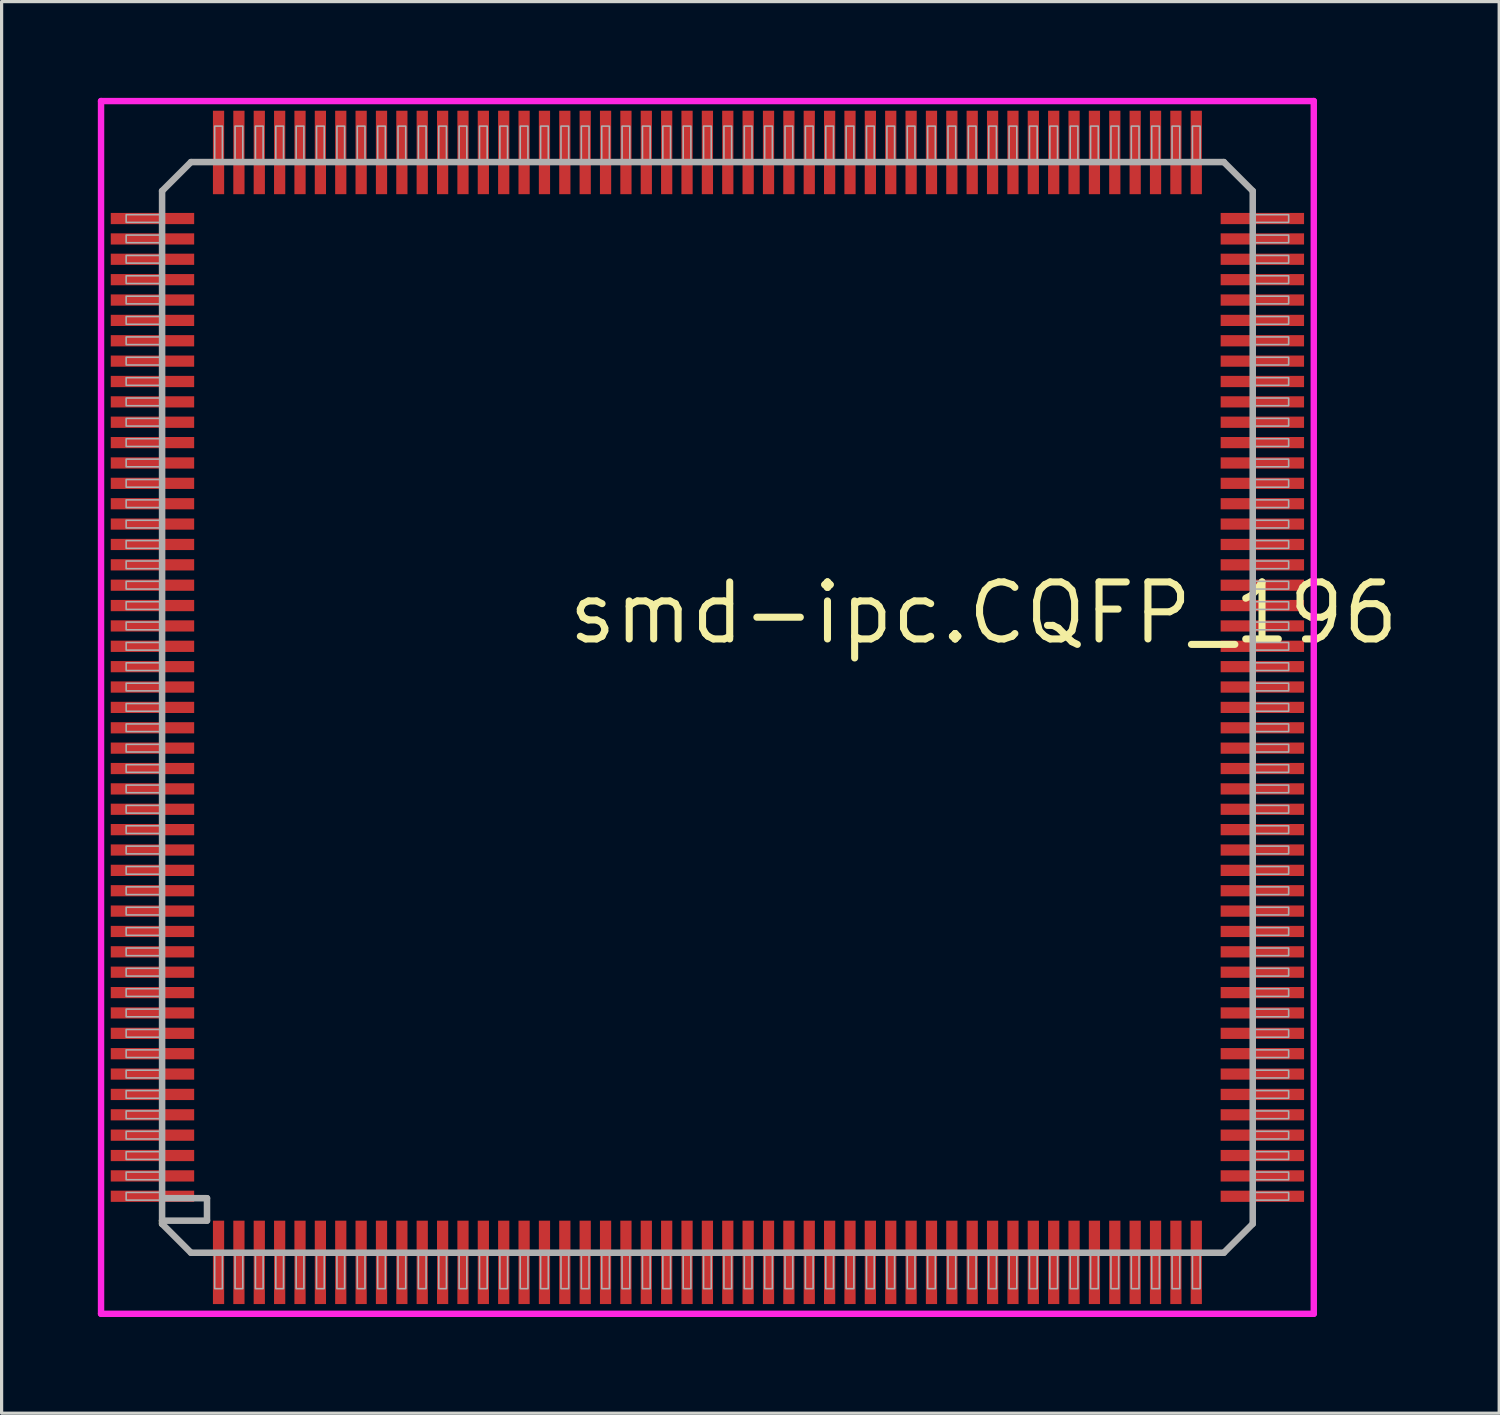
<source format=kicad_pcb>
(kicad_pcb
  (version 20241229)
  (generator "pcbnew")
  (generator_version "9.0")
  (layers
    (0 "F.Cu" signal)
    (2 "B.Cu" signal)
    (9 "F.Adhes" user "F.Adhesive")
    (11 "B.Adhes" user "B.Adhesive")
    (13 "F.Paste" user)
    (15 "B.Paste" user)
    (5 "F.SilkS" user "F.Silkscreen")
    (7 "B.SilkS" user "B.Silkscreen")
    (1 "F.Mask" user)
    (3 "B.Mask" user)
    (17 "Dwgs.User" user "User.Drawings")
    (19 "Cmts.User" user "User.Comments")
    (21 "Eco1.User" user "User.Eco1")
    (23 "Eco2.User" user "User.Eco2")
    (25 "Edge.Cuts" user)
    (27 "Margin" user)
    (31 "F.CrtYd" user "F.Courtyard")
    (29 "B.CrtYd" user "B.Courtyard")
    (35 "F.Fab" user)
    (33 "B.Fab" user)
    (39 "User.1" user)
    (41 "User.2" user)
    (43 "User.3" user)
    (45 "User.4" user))
  (footprint "smd-ipc.CQFP_196"
    (layer "F.Cu")
    (at 19.003 19.003)
    (property "Reference" "smd-ipc.CQFP_196" (at -4.445 -1.905 0) (layer "F.SilkS") (effects (font (size 1.778 1.778) (thickness 0.22)) (justify left bottom)))
    (attr smd)
    (fp_line (start -17 16) (end -17 16.1) (stroke (width 0.203) (type default)) (layer "F.SilkS"))
    (fp_line (start -18.903 -18.903) (end 18.903 -18.903) (stroke (width 0.2) (type default)) (layer "F.CrtYd"))
    (fp_line (start -18.903 18.903) (end -18.903 -18.903) (stroke (width 0.2) (type default)) (layer "F.CrtYd"))
    (fp_line (start 18.903 -18.903) (end 18.903 18.903) (stroke (width 0.2) (type default)) (layer "F.CrtYd"))
    (fp_line (start 18.903 18.903) (end -18.903 18.903) (stroke (width 0.2) (type default)) (layer "F.CrtYd"))
    (fp_line (start -17 -16.1) (end -17 16) (stroke (width 0.203) (type default)) (layer "F.Fab"))
    (fp_line (start -17 -16.1) (end -16.1 -17) (stroke (width 0.203) (type default)) (layer "F.Fab"))
    (fp_line (start -17 16) (end -15.6 16) (stroke (width 0.203) (type default)) (layer "F.Fab"))
    (fp_line (start -17 16.1) (end -16.1 17) (stroke (width 0.203) (type default)) (layer "F.Fab"))
    (fp_line (start -16.1 17) (end 16.1 17) (stroke (width 0.203) (type default)) (layer "F.Fab"))
    (fp_line (start -15.6 15.3) (end -16.9 15.3) (stroke (width 0.203) (type default)) (layer "F.Fab"))
    (fp_line (start -15.6 16) (end -15.6 15.3) (stroke (width 0.203) (type default)) (layer "F.Fab"))
    (fp_line (start 16.1 -17) (end -16.1 -17) (stroke (width 0.203) (type default)) (layer "F.Fab"))
    (fp_line (start 16.1 -17) (end 17 -16.1) (stroke (width 0.203) (type default)) (layer "F.Fab"))
    (fp_line (start 16.1 17) (end 17 16.1) (stroke (width 0.203) (type default)) (layer "F.Fab"))
    (fp_line (start 17 16.1) (end 17 -16.1) (stroke (width 0.203) (type default)) (layer "F.Fab"))
    (fp_rect (start -18.12 -15.12) (end -17 -15.36) (stroke (width 0.05) (type default)) (fill no) (layer "F.Fab"))
    (fp_rect (start -18.12 -14.485) (end -17 -14.725) (stroke (width 0.05) (type default)) (fill no) (layer "F.Fab"))
    (fp_rect (start -18.12 -13.85) (end -17 -14.09) (stroke (width 0.05) (type default)) (fill no) (layer "F.Fab"))
    (fp_rect (start -18.12 -13.215) (end -17 -13.455) (stroke (width 0.05) (type default)) (fill no) (layer "F.Fab"))
    (fp_rect (start -18.12 -12.58) (end -17 -12.82) (stroke (width 0.05) (type default)) (fill no) (layer "F.Fab"))
    (fp_rect (start -18.12 -11.945) (end -17 -12.185) (stroke (width 0.05) (type default)) (fill no) (layer "F.Fab"))
    (fp_rect (start -18.12 -11.31) (end -17 -11.55) (stroke (width 0.05) (type default)) (fill no) (layer "F.Fab"))
    (fp_rect (start -18.12 -10.675) (end -17 -10.915) (stroke (width 0.05) (type default)) (fill no) (layer "F.Fab"))
    (fp_rect (start -18.12 -10.04) (end -17 -10.28) (stroke (width 0.05) (type default)) (fill no) (layer "F.Fab"))
    (fp_rect (start -18.12 -9.405) (end -17 -9.645) (stroke (width 0.05) (type default)) (fill no) (layer "F.Fab"))
    (fp_rect (start -18.12 -8.77) (end -17 -9.01) (stroke (width 0.05) (type default)) (fill no) (layer "F.Fab"))
    (fp_rect (start -18.12 -8.135) (end -17 -8.375) (stroke (width 0.05) (type default)) (fill no) (layer "F.Fab"))
    (fp_rect (start -18.12 -7.5) (end -17 -7.74) (stroke (width 0.05) (type default)) (fill no) (layer "F.Fab"))
    (fp_rect (start -18.12 -6.865) (end -17 -7.105) (stroke (width 0.05) (type default)) (fill no) (layer "F.Fab"))
    (fp_rect (start -18.12 -6.23) (end -17 -6.47) (stroke (width 0.05) (type default)) (fill no) (layer "F.Fab"))
    (fp_rect (start -18.12 -5.595) (end -17 -5.835) (stroke (width 0.05) (type default)) (fill no) (layer "F.Fab"))
    (fp_rect (start -18.12 -4.96) (end -17 -5.2) (stroke (width 0.05) (type default)) (fill no) (layer "F.Fab"))
    (fp_rect (start -18.12 -4.325) (end -17 -4.565) (stroke (width 0.05) (type default)) (fill no) (layer "F.Fab"))
    (fp_rect (start -18.12 -3.69) (end -17 -3.93) (stroke (width 0.05) (type default)) (fill no) (layer "F.Fab"))
    (fp_rect (start -18.12 -3.055) (end -17 -3.295) (stroke (width 0.05) (type default)) (fill no) (layer "F.Fab"))
    (fp_rect (start -18.12 -2.42) (end -17 -2.66) (stroke (width 0.05) (type default)) (fill no) (layer "F.Fab"))
    (fp_rect (start -18.12 -1.785) (end -17 -2.025) (stroke (width 0.05) (type default)) (fill no) (layer "F.Fab"))
    (fp_rect (start -18.12 -1.15) (end -17 -1.39) (stroke (width 0.05) (type default)) (fill no) (layer "F.Fab"))
    (fp_rect (start -18.12 -0.515) (end -17 -0.755) (stroke (width 0.05) (type default)) (fill no) (layer "F.Fab"))
    (fp_rect (start -18.12 0.12) (end -17 -0.12) (stroke (width 0.05) (type default)) (fill no) (layer "F.Fab"))
    (fp_rect (start -18.12 0.755) (end -17 0.515) (stroke (width 0.05) (type default)) (fill no) (layer "F.Fab"))
    (fp_rect (start -18.12 1.39) (end -17 1.15) (stroke (width 0.05) (type default)) (fill no) (layer "F.Fab"))
    (fp_rect (start -18.12 2.025) (end -17 1.785) (stroke (width 0.05) (type default)) (fill no) (layer "F.Fab"))
    (fp_rect (start -18.12 2.66) (end -17 2.42) (stroke (width 0.05) (type default)) (fill no) (layer "F.Fab"))
    (fp_rect (start -18.12 3.295) (end -17 3.055) (stroke (width 0.05) (type default)) (fill no) (layer "F.Fab"))
    (fp_rect (start -18.12 3.93) (end -17 3.69) (stroke (width 0.05) (type default)) (fill no) (layer "F.Fab"))
    (fp_rect (start -18.12 4.565) (end -17 4.325) (stroke (width 0.05) (type default)) (fill no) (layer "F.Fab"))
    (fp_rect (start -18.12 5.2) (end -17 4.96) (stroke (width 0.05) (type default)) (fill no) (layer "F.Fab"))
    (fp_rect (start -18.12 5.835) (end -17 5.595) (stroke (width 0.05) (type default)) (fill no) (layer "F.Fab"))
    (fp_rect (start -18.12 6.47) (end -17 6.23) (stroke (width 0.05) (type default)) (fill no) (layer "F.Fab"))
    (fp_rect (start -18.12 7.105) (end -17 6.865) (stroke (width 0.05) (type default)) (fill no) (layer "F.Fab"))
    (fp_rect (start -18.12 7.74) (end -17 7.5) (stroke (width 0.05) (type default)) (fill no) (layer "F.Fab"))
    (fp_rect (start -18.12 8.375) (end -17 8.135) (stroke (width 0.05) (type default)) (fill no) (layer "F.Fab"))
    (fp_rect (start -18.12 9.01) (end -17 8.77) (stroke (width 0.05) (type default)) (fill no) (layer "F.Fab"))
    (fp_rect (start -18.12 9.645) (end -17 9.405) (stroke (width 0.05) (type default)) (fill no) (layer "F.Fab"))
    (fp_rect (start -18.12 10.28) (end -17 10.04) (stroke (width 0.05) (type default)) (fill no) (layer "F.Fab"))
    (fp_rect (start -18.12 10.915) (end -17 10.675) (stroke (width 0.05) (type default)) (fill no) (layer "F.Fab"))
    (fp_rect (start -18.12 11.55) (end -17 11.31) (stroke (width 0.05) (type default)) (fill no) (layer "F.Fab"))
    (fp_rect (start -18.12 12.185) (end -17 11.945) (stroke (width 0.05) (type default)) (fill no) (layer "F.Fab"))
    (fp_rect (start -18.12 12.82) (end -17 12.58) (stroke (width 0.05) (type default)) (fill no) (layer "F.Fab"))
    (fp_rect (start -18.12 13.455) (end -17 13.215) (stroke (width 0.05) (type default)) (fill no) (layer "F.Fab"))
    (fp_rect (start -18.12 14.09) (end -17 13.85) (stroke (width 0.05) (type default)) (fill no) (layer "F.Fab"))
    (fp_rect (start -18.12 14.725) (end -17 14.485) (stroke (width 0.05) (type default)) (fill no) (layer "F.Fab"))
    (fp_rect (start -18.12 15.36) (end -17 15.12) (stroke (width 0.05) (type default)) (fill no) (layer "F.Fab"))
    (fp_rect (start -15.36 -17) (end -15.12 -18.12) (stroke (width 0.05) (type default)) (fill no) (layer "F.Fab"))
    (fp_rect (start -15.36 18.12) (end -15.12 17) (stroke (width 0.05) (type default)) (fill no) (layer "F.Fab"))
    (fp_rect (start -14.725 -17) (end -14.485 -18.12) (stroke (width 0.05) (type default)) (fill no) (layer "F.Fab"))
    (fp_rect (start -14.725 18.12) (end -14.485 17) (stroke (width 0.05) (type default)) (fill no) (layer "F.Fab"))
    (fp_rect (start -14.09 -17) (end -13.85 -18.12) (stroke (width 0.05) (type default)) (fill no) (layer "F.Fab"))
    (fp_rect (start -14.09 18.12) (end -13.85 17) (stroke (width 0.05) (type default)) (fill no) (layer "F.Fab"))
    (fp_rect (start -13.455 -17) (end -13.215 -18.12) (stroke (width 0.05) (type default)) (fill no) (layer "F.Fab"))
    (fp_rect (start -13.455 18.12) (end -13.215 17) (stroke (width 0.05) (type default)) (fill no) (layer "F.Fab"))
    (fp_rect (start -12.82 -17) (end -12.58 -18.12) (stroke (width 0.05) (type default)) (fill no) (layer "F.Fab"))
    (fp_rect (start -12.82 18.12) (end -12.58 17) (stroke (width 0.05) (type default)) (fill no) (layer "F.Fab"))
    (fp_rect (start -12.185 -17) (end -11.945 -18.12) (stroke (width 0.05) (type default)) (fill no) (layer "F.Fab"))
    (fp_rect (start -12.185 18.12) (end -11.945 17) (stroke (width 0.05) (type default)) (fill no) (layer "F.Fab"))
    (fp_rect (start -11.55 -17) (end -11.31 -18.12) (stroke (width 0.05) (type default)) (fill no) (layer "F.Fab"))
    (fp_rect (start -11.55 18.12) (end -11.31 17) (stroke (width 0.05) (type default)) (fill no) (layer "F.Fab"))
    (fp_rect (start -10.915 -17) (end -10.675 -18.12) (stroke (width 0.05) (type default)) (fill no) (layer "F.Fab"))
    (fp_rect (start -10.915 18.12) (end -10.675 17) (stroke (width 0.05) (type default)) (fill no) (layer "F.Fab"))
    (fp_rect (start -10.28 -17) (end -10.04 -18.12) (stroke (width 0.05) (type default)) (fill no) (layer "F.Fab"))
    (fp_rect (start -10.28 18.12) (end -10.04 17) (stroke (width 0.05) (type default)) (fill no) (layer "F.Fab"))
    (fp_rect (start -9.645 -17) (end -9.405 -18.12) (stroke (width 0.05) (type default)) (fill no) (layer "F.Fab"))
    (fp_rect (start -9.645 18.12) (end -9.405 17) (stroke (width 0.05) (type default)) (fill no) (layer "F.Fab"))
    (fp_rect (start -9.01 -17) (end -8.77 -18.12) (stroke (width 0.05) (type default)) (fill no) (layer "F.Fab"))
    (fp_rect (start -9.01 18.12) (end -8.77 17) (stroke (width 0.05) (type default)) (fill no) (layer "F.Fab"))
    (fp_rect (start -8.375 -17) (end -8.135 -18.12) (stroke (width 0.05) (type default)) (fill no) (layer "F.Fab"))
    (fp_rect (start -8.375 18.12) (end -8.135 17) (stroke (width 0.05) (type default)) (fill no) (layer "F.Fab"))
    (fp_rect (start -7.74 -17) (end -7.5 -18.12) (stroke (width 0.05) (type default)) (fill no) (layer "F.Fab"))
    (fp_rect (start -7.74 18.12) (end -7.5 17) (stroke (width 0.05) (type default)) (fill no) (layer "F.Fab"))
    (fp_rect (start -7.105 -17) (end -6.865 -18.12) (stroke (width 0.05) (type default)) (fill no) (layer "F.Fab"))
    (fp_rect (start -7.105 18.12) (end -6.865 17) (stroke (width 0.05) (type default)) (fill no) (layer "F.Fab"))
    (fp_rect (start -6.47 -17) (end -6.23 -18.12) (stroke (width 0.05) (type default)) (fill no) (layer "F.Fab"))
    (fp_rect (start -6.47 18.12) (end -6.23 17) (stroke (width 0.05) (type default)) (fill no) (layer "F.Fab"))
    (fp_rect (start -5.835 -17) (end -5.595 -18.12) (stroke (width 0.05) (type default)) (fill no) (layer "F.Fab"))
    (fp_rect (start -5.835 18.12) (end -5.595 17) (stroke (width 0.05) (type default)) (fill no) (layer "F.Fab"))
    (fp_rect (start -5.2 -17) (end -4.96 -18.12) (stroke (width 0.05) (type default)) (fill no) (layer "F.Fab"))
    (fp_rect (start -5.2 18.12) (end -4.96 17) (stroke (width 0.05) (type default)) (fill no) (layer "F.Fab"))
    (fp_rect (start -4.565 -17) (end -4.325 -18.12) (stroke (width 0.05) (type default)) (fill no) (layer "F.Fab"))
    (fp_rect (start -4.565 18.12) (end -4.325 17) (stroke (width 0.05) (type default)) (fill no) (layer "F.Fab"))
    (fp_rect (start -3.93 -17) (end -3.69 -18.12) (stroke (width 0.05) (type default)) (fill no) (layer "F.Fab"))
    (fp_rect (start -3.93 18.12) (end -3.69 17) (stroke (width 0.05) (type default)) (fill no) (layer "F.Fab"))
    (fp_rect (start -3.295 -17) (end -3.055 -18.12) (stroke (width 0.05) (type default)) (fill no) (layer "F.Fab"))
    (fp_rect (start -3.295 18.12) (end -3.055 17) (stroke (width 0.05) (type default)) (fill no) (layer "F.Fab"))
    (fp_rect (start -2.66 -17) (end -2.42 -18.12) (stroke (width 0.05) (type default)) (fill no) (layer "F.Fab"))
    (fp_rect (start -2.66 18.12) (end -2.42 17) (stroke (width 0.05) (type default)) (fill no) (layer "F.Fab"))
    (fp_rect (start -2.025 -17) (end -1.785 -18.12) (stroke (width 0.05) (type default)) (fill no) (layer "F.Fab"))
    (fp_rect (start -2.025 18.12) (end -1.785 17) (stroke (width 0.05) (type default)) (fill no) (layer "F.Fab"))
    (fp_rect (start -1.39 -17) (end -1.15 -18.12) (stroke (width 0.05) (type default)) (fill no) (layer "F.Fab"))
    (fp_rect (start -1.39 18.12) (end -1.15 17) (stroke (width 0.05) (type default)) (fill no) (layer "F.Fab"))
    (fp_rect (start -0.755 -17) (end -0.515 -18.12) (stroke (width 0.05) (type default)) (fill no) (layer "F.Fab"))
    (fp_rect (start -0.755 18.12) (end -0.515 17) (stroke (width 0.05) (type default)) (fill no) (layer "F.Fab"))
    (fp_rect (start -0.12 -17) (end 0.12 -18.12) (stroke (width 0.05) (type default)) (fill no) (layer "F.Fab"))
    (fp_rect (start -0.12 18.12) (end 0.12 17) (stroke (width 0.05) (type default)) (fill no) (layer "F.Fab"))
    (fp_rect (start 0.515 -17) (end 0.755 -18.12) (stroke (width 0.05) (type default)) (fill no) (layer "F.Fab"))
    (fp_rect (start 0.515 18.12) (end 0.755 17) (stroke (width 0.05) (type default)) (fill no) (layer "F.Fab"))
    (fp_rect (start 1.15 -17) (end 1.39 -18.12) (stroke (width 0.05) (type default)) (fill no) (layer "F.Fab"))
    (fp_rect (start 1.15 18.12) (end 1.39 17) (stroke (width 0.05) (type default)) (fill no) (layer "F.Fab"))
    (fp_rect (start 1.785 -17) (end 2.025 -18.12) (stroke (width 0.05) (type default)) (fill no) (layer "F.Fab"))
    (fp_rect (start 1.785 18.12) (end 2.025 17) (stroke (width 0.05) (type default)) (fill no) (layer "F.Fab"))
    (fp_rect (start 2.42 -17) (end 2.66 -18.12) (stroke (width 0.05) (type default)) (fill no) (layer "F.Fab"))
    (fp_rect (start 2.42 18.12) (end 2.66 17) (stroke (width 0.05) (type default)) (fill no) (layer "F.Fab"))
    (fp_rect (start 3.055 -17) (end 3.295 -18.12) (stroke (width 0.05) (type default)) (fill no) (layer "F.Fab"))
    (fp_rect (start 3.055 18.12) (end 3.295 17) (stroke (width 0.05) (type default)) (fill no) (layer "F.Fab"))
    (fp_rect (start 3.69 -17) (end 3.93 -18.12) (stroke (width 0.05) (type default)) (fill no) (layer "F.Fab"))
    (fp_rect (start 3.69 18.12) (end 3.93 17) (stroke (width 0.05) (type default)) (fill no) (layer "F.Fab"))
    (fp_rect (start 4.325 -17) (end 4.565 -18.12) (stroke (width 0.05) (type default)) (fill no) (layer "F.Fab"))
    (fp_rect (start 4.325 18.12) (end 4.565 17) (stroke (width 0.05) (type default)) (fill no) (layer "F.Fab"))
    (fp_rect (start 4.96 -17) (end 5.2 -18.12) (stroke (width 0.05) (type default)) (fill no) (layer "F.Fab"))
    (fp_rect (start 4.96 18.12) (end 5.2 17) (stroke (width 0.05) (type default)) (fill no) (layer "F.Fab"))
    (fp_rect (start 5.595 -17) (end 5.835 -18.12) (stroke (width 0.05) (type default)) (fill no) (layer "F.Fab"))
    (fp_rect (start 5.595 18.12) (end 5.835 17) (stroke (width 0.05) (type default)) (fill no) (layer "F.Fab"))
    (fp_rect (start 6.23 -17) (end 6.47 -18.12) (stroke (width 0.05) (type default)) (fill no) (layer "F.Fab"))
    (fp_rect (start 6.23 18.12) (end 6.47 17) (stroke (width 0.05) (type default)) (fill no) (layer "F.Fab"))
    (fp_rect (start 6.865 -17) (end 7.105 -18.12) (stroke (width 0.05) (type default)) (fill no) (layer "F.Fab"))
    (fp_rect (start 6.865 18.12) (end 7.105 17) (stroke (width 0.05) (type default)) (fill no) (layer "F.Fab"))
    (fp_rect (start 7.5 -17) (end 7.74 -18.12) (stroke (width 0.05) (type default)) (fill no) (layer "F.Fab"))
    (fp_rect (start 7.5 18.12) (end 7.74 17) (stroke (width 0.05) (type default)) (fill no) (layer "F.Fab"))
    (fp_rect (start 8.135 -17) (end 8.375 -18.12) (stroke (width 0.05) (type default)) (fill no) (layer "F.Fab"))
    (fp_rect (start 8.135 18.12) (end 8.375 17) (stroke (width 0.05) (type default)) (fill no) (layer "F.Fab"))
    (fp_rect (start 8.77 -17) (end 9.01 -18.12) (stroke (width 0.05) (type default)) (fill no) (layer "F.Fab"))
    (fp_rect (start 8.77 18.12) (end 9.01 17) (stroke (width 0.05) (type default)) (fill no) (layer "F.Fab"))
    (fp_rect (start 9.405 -17) (end 9.645 -18.12) (stroke (width 0.05) (type default)) (fill no) (layer "F.Fab"))
    (fp_rect (start 9.405 18.12) (end 9.645 17) (stroke (width 0.05) (type default)) (fill no) (layer "F.Fab"))
    (fp_rect (start 10.04 -17) (end 10.28 -18.12) (stroke (width 0.05) (type default)) (fill no) (layer "F.Fab"))
    (fp_rect (start 10.04 18.12) (end 10.28 17) (stroke (width 0.05) (type default)) (fill no) (layer "F.Fab"))
    (fp_rect (start 10.675 -17) (end 10.915 -18.12) (stroke (width 0.05) (type default)) (fill no) (layer "F.Fab"))
    (fp_rect (start 10.675 18.12) (end 10.915 17) (stroke (width 0.05) (type default)) (fill no) (layer "F.Fab"))
    (fp_rect (start 11.31 -17) (end 11.55 -18.12) (stroke (width 0.05) (type default)) (fill no) (layer "F.Fab"))
    (fp_rect (start 11.31 18.12) (end 11.55 17) (stroke (width 0.05) (type default)) (fill no) (layer "F.Fab"))
    (fp_rect (start 11.945 -17) (end 12.185 -18.12) (stroke (width 0.05) (type default)) (fill no) (layer "F.Fab"))
    (fp_rect (start 11.945 18.12) (end 12.185 17) (stroke (width 0.05) (type default)) (fill no) (layer "F.Fab"))
    (fp_rect (start 12.58 -17) (end 12.82 -18.12) (stroke (width 0.05) (type default)) (fill no) (layer "F.Fab"))
    (fp_rect (start 12.58 18.12) (end 12.82 17) (stroke (width 0.05) (type default)) (fill no) (layer "F.Fab"))
    (fp_rect (start 13.215 -17) (end 13.455 -18.12) (stroke (width 0.05) (type default)) (fill no) (layer "F.Fab"))
    (fp_rect (start 13.215 18.12) (end 13.455 17) (stroke (width 0.05) (type default)) (fill no) (layer "F.Fab"))
    (fp_rect (start 13.85 -17) (end 14.09 -18.12) (stroke (width 0.05) (type default)) (fill no) (layer "F.Fab"))
    (fp_rect (start 13.85 18.12) (end 14.09 17) (stroke (width 0.05) (type default)) (fill no) (layer "F.Fab"))
    (fp_rect (start 14.485 -17) (end 14.725 -18.12) (stroke (width 0.05) (type default)) (fill no) (layer "F.Fab"))
    (fp_rect (start 14.485 18.12) (end 14.725 17) (stroke (width 0.05) (type default)) (fill no) (layer "F.Fab"))
    (fp_rect (start 15.12 -17) (end 15.36 -18.12) (stroke (width 0.05) (type default)) (fill no) (layer "F.Fab"))
    (fp_rect (start 15.12 18.12) (end 15.36 17) (stroke (width 0.05) (type default)) (fill no) (layer "F.Fab"))
    (fp_rect (start 17 -15.12) (end 18.12 -15.36) (stroke (width 0.05) (type default)) (fill no) (layer "F.Fab"))
    (fp_rect (start 17 -14.485) (end 18.12 -14.725) (stroke (width 0.05) (type default)) (fill no) (layer "F.Fab"))
    (fp_rect (start 17 -13.85) (end 18.12 -14.09) (stroke (width 0.05) (type default)) (fill no) (layer "F.Fab"))
    (fp_rect (start 17 -13.215) (end 18.12 -13.455) (stroke (width 0.05) (type default)) (fill no) (layer "F.Fab"))
    (fp_rect (start 17 -12.58) (end 18.12 -12.82) (stroke (width 0.05) (type default)) (fill no) (layer "F.Fab"))
    (fp_rect (start 17 -11.945) (end 18.12 -12.185) (stroke (width 0.05) (type default)) (fill no) (layer "F.Fab"))
    (fp_rect (start 17 -11.31) (end 18.12 -11.55) (stroke (width 0.05) (type default)) (fill no) (layer "F.Fab"))
    (fp_rect (start 17 -10.675) (end 18.12 -10.915) (stroke (width 0.05) (type default)) (fill no) (layer "F.Fab"))
    (fp_rect (start 17 -10.04) (end 18.12 -10.28) (stroke (width 0.05) (type default)) (fill no) (layer "F.Fab"))
    (fp_rect (start 17 -9.405) (end 18.12 -9.645) (stroke (width 0.05) (type default)) (fill no) (layer "F.Fab"))
    (fp_rect (start 17 -8.77) (end 18.12 -9.01) (stroke (width 0.05) (type default)) (fill no) (layer "F.Fab"))
    (fp_rect (start 17 -8.135) (end 18.12 -8.375) (stroke (width 0.05) (type default)) (fill no) (layer "F.Fab"))
    (fp_rect (start 17 -7.5) (end 18.12 -7.74) (stroke (width 0.05) (type default)) (fill no) (layer "F.Fab"))
    (fp_rect (start 17 -6.865) (end 18.12 -7.105) (stroke (width 0.05) (type default)) (fill no) (layer "F.Fab"))
    (fp_rect (start 17 -6.23) (end 18.12 -6.47) (stroke (width 0.05) (type default)) (fill no) (layer "F.Fab"))
    (fp_rect (start 17 -5.595) (end 18.12 -5.835) (stroke (width 0.05) (type default)) (fill no) (layer "F.Fab"))
    (fp_rect (start 17 -4.96) (end 18.12 -5.2) (stroke (width 0.05) (type default)) (fill no) (layer "F.Fab"))
    (fp_rect (start 17 -4.325) (end 18.12 -4.565) (stroke (width 0.05) (type default)) (fill no) (layer "F.Fab"))
    (fp_rect (start 17 -3.69) (end 18.12 -3.93) (stroke (width 0.05) (type default)) (fill no) (layer "F.Fab"))
    (fp_rect (start 17 -3.055) (end 18.12 -3.295) (stroke (width 0.05) (type default)) (fill no) (layer "F.Fab"))
    (fp_rect (start 17 -2.42) (end 18.12 -2.66) (stroke (width 0.05) (type default)) (fill no) (layer "F.Fab"))
    (fp_rect (start 17 -1.785) (end 18.12 -2.025) (stroke (width 0.05) (type default)) (fill no) (layer "F.Fab"))
    (fp_rect (start 17 -1.15) (end 18.12 -1.39) (stroke (width 0.05) (type default)) (fill no) (layer "F.Fab"))
    (fp_rect (start 17 -0.515) (end 18.12 -0.755) (stroke (width 0.05) (type default)) (fill no) (layer "F.Fab"))
    (fp_rect (start 17 0.12) (end 18.12 -0.12) (stroke (width 0.05) (type default)) (fill no) (layer "F.Fab"))
    (fp_rect (start 17 0.755) (end 18.12 0.515) (stroke (width 0.05) (type default)) (fill no) (layer "F.Fab"))
    (fp_rect (start 17 1.39) (end 18.12 1.15) (stroke (width 0.05) (type default)) (fill no) (layer "F.Fab"))
    (fp_rect (start 17 2.025) (end 18.12 1.785) (stroke (width 0.05) (type default)) (fill no) (layer "F.Fab"))
    (fp_rect (start 17 2.66) (end 18.12 2.42) (stroke (width 0.05) (type default)) (fill no) (layer "F.Fab"))
    (fp_rect (start 17 3.295) (end 18.12 3.055) (stroke (width 0.05) (type default)) (fill no) (layer "F.Fab"))
    (fp_rect (start 17 3.93) (end 18.12 3.69) (stroke (width 0.05) (type default)) (fill no) (layer "F.Fab"))
    (fp_rect (start 17 4.565) (end 18.12 4.325) (stroke (width 0.05) (type default)) (fill no) (layer "F.Fab"))
    (fp_rect (start 17 5.2) (end 18.12 4.96) (stroke (width 0.05) (type default)) (fill no) (layer "F.Fab"))
    (fp_rect (start 17 5.835) (end 18.12 5.595) (stroke (width 0.05) (type default)) (fill no) (layer "F.Fab"))
    (fp_rect (start 17 6.47) (end 18.12 6.23) (stroke (width 0.05) (type default)) (fill no) (layer "F.Fab"))
    (fp_rect (start 17 7.105) (end 18.12 6.865) (stroke (width 0.05) (type default)) (fill no) (layer "F.Fab"))
    (fp_rect (start 17 7.74) (end 18.12 7.5) (stroke (width 0.05) (type default)) (fill no) (layer "F.Fab"))
    (fp_rect (start 17 8.375) (end 18.12 8.135) (stroke (width 0.05) (type default)) (fill no) (layer "F.Fab"))
    (fp_rect (start 17 9.01) (end 18.12 8.77) (stroke (width 0.05) (type default)) (fill no) (layer "F.Fab"))
    (fp_rect (start 17 9.645) (end 18.12 9.405) (stroke (width 0.05) (type default)) (fill no) (layer "F.Fab"))
    (fp_rect (start 17 10.28) (end 18.12 10.04) (stroke (width 0.05) (type default)) (fill no) (layer "F.Fab"))
    (fp_rect (start 17 10.915) (end 18.12 10.675) (stroke (width 0.05) (type default)) (fill no) (layer "F.Fab"))
    (fp_rect (start 17 11.55) (end 18.12 11.31) (stroke (width 0.05) (type default)) (fill no) (layer "F.Fab"))
    (fp_rect (start 17 12.185) (end 18.12 11.945) (stroke (width 0.05) (type default)) (fill no) (layer "F.Fab"))
    (fp_rect (start 17 12.82) (end 18.12 12.58) (stroke (width 0.05) (type default)) (fill no) (layer "F.Fab"))
    (fp_rect (start 17 13.455) (end 18.12 13.215) (stroke (width 0.05) (type default)) (fill no) (layer "F.Fab"))
    (fp_rect (start 17 14.09) (end 18.12 13.85) (stroke (width 0.05) (type default)) (fill no) (layer "F.Fab"))
    (fp_rect (start 17 14.725) (end 18.12 14.485) (stroke (width 0.05) (type default)) (fill no) (layer "F.Fab"))
    (fp_rect (start 17 15.36) (end 18.12 15.12) (stroke (width 0.05) (type default)) (fill no) (layer "F.Fab"))
    (pad "1" smd roundrect (at -15.24 17.3) (size 0.35 2.6) (layers "F.Cu" "F.Mask" "F.Paste") (roundrect_rratio 0.01))
    (pad "2" smd roundrect (at -14.605 17.3) (size 0.35 2.6) (layers "F.Cu" "F.Mask" "F.Paste") (roundrect_rratio 0.01))
    (pad "3" smd roundrect (at -13.97 17.3) (size 0.35 2.6) (layers "F.Cu" "F.Mask" "F.Paste") (roundrect_rratio 0.01))
    (pad "4" smd roundrect (at -13.335 17.3) (size 0.35 2.6) (layers "F.Cu" "F.Mask" "F.Paste") (roundrect_rratio 0.01))
    (pad "5" smd roundrect (at -12.7 17.3) (size 0.35 2.6) (layers "F.Cu" "F.Mask" "F.Paste") (roundrect_rratio 0.01))
    (pad "6" smd roundrect (at -12.065 17.3) (size 0.35 2.6) (layers "F.Cu" "F.Mask" "F.Paste") (roundrect_rratio 0.01))
    (pad "7" smd roundrect (at -11.43 17.3) (size 0.35 2.6) (layers "F.Cu" "F.Mask" "F.Paste") (roundrect_rratio 0.01))
    (pad "8" smd roundrect (at -10.795 17.3) (size 0.35 2.6) (layers "F.Cu" "F.Mask" "F.Paste") (roundrect_rratio 0.01))
    (pad "9" smd roundrect (at -10.16 17.3) (size 0.35 2.6) (layers "F.Cu" "F.Mask" "F.Paste") (roundrect_rratio 0.01))
    (pad "10" smd roundrect (at -9.525 17.3) (size 0.35 2.6) (layers "F.Cu" "F.Mask" "F.Paste") (roundrect_rratio 0.01))
    (pad "11" smd roundrect (at -8.89 17.3) (size 0.35 2.6) (layers "F.Cu" "F.Mask" "F.Paste") (roundrect_rratio 0.01))
    (pad "12" smd roundrect (at -8.255 17.3) (size 0.35 2.6) (layers "F.Cu" "F.Mask" "F.Paste") (roundrect_rratio 0.01))
    (pad "13" smd roundrect (at -7.62 17.3) (size 0.35 2.6) (layers "F.Cu" "F.Mask" "F.Paste") (roundrect_rratio 0.01))
    (pad "14" smd roundrect (at -6.985 17.3) (size 0.35 2.6) (layers "F.Cu" "F.Mask" "F.Paste") (roundrect_rratio 0.01))
    (pad "15" smd roundrect (at -6.35 17.3) (size 0.35 2.6) (layers "F.Cu" "F.Mask" "F.Paste") (roundrect_rratio 0.01))
    (pad "16" smd roundrect (at -5.715 17.3) (size 0.35 2.6) (layers "F.Cu" "F.Mask" "F.Paste") (roundrect_rratio 0.01))
    (pad "17" smd roundrect (at -5.08 17.3) (size 0.35 2.6) (layers "F.Cu" "F.Mask" "F.Paste") (roundrect_rratio 0.01))
    (pad "18" smd roundrect (at -4.445 17.3) (size 0.35 2.6) (layers "F.Cu" "F.Mask" "F.Paste") (roundrect_rratio 0.01))
    (pad "19" smd roundrect (at -3.81 17.3) (size 0.35 2.6) (layers "F.Cu" "F.Mask" "F.Paste") (roundrect_rratio 0.01))
    (pad "20" smd roundrect (at -3.175 17.3) (size 0.35 2.6) (layers "F.Cu" "F.Mask" "F.Paste") (roundrect_rratio 0.01))
    (pad "21" smd roundrect (at -2.54 17.3) (size 0.35 2.6) (layers "F.Cu" "F.Mask" "F.Paste") (roundrect_rratio 0.01))
    (pad "22" smd roundrect (at -1.905 17.3) (size 0.35 2.6) (layers "F.Cu" "F.Mask" "F.Paste") (roundrect_rratio 0.01))
    (pad "23" smd roundrect (at -1.27 17.3) (size 0.35 2.6) (layers "F.Cu" "F.Mask" "F.Paste") (roundrect_rratio 0.01))
    (pad "24" smd roundrect (at -0.635 17.3) (size 0.35 2.6) (layers "F.Cu" "F.Mask" "F.Paste") (roundrect_rratio 0.01))
    (pad "25" smd roundrect (at 0 17.3) (size 0.35 2.6) (layers "F.Cu" "F.Mask" "F.Paste") (roundrect_rratio 0.01))
    (pad "26" smd roundrect (at 0.635 17.3) (size 0.35 2.6) (layers "F.Cu" "F.Mask" "F.Paste") (roundrect_rratio 0.01))
    (pad "27" smd roundrect (at 1.27 17.3) (size 0.35 2.6) (layers "F.Cu" "F.Mask" "F.Paste") (roundrect_rratio 0.01))
    (pad "28" smd roundrect (at 1.905 17.3) (size 0.35 2.6) (layers "F.Cu" "F.Mask" "F.Paste") (roundrect_rratio 0.01))
    (pad "29" smd roundrect (at 2.54 17.3) (size 0.35 2.6) (layers "F.Cu" "F.Mask" "F.Paste") (roundrect_rratio 0.01))
    (pad "30" smd roundrect (at 3.175 17.3) (size 0.35 2.6) (layers "F.Cu" "F.Mask" "F.Paste") (roundrect_rratio 0.01))
    (pad "31" smd roundrect (at 3.81 17.3) (size 0.35 2.6) (layers "F.Cu" "F.Mask" "F.Paste") (roundrect_rratio 0.01))
    (pad "32" smd roundrect (at 4.445 17.3) (size 0.35 2.6) (layers "F.Cu" "F.Mask" "F.Paste") (roundrect_rratio 0.01))
    (pad "33" smd roundrect (at 5.08 17.3) (size 0.35 2.6) (layers "F.Cu" "F.Mask" "F.Paste") (roundrect_rratio 0.01))
    (pad "34" smd roundrect (at 5.715 17.3) (size 0.35 2.6) (layers "F.Cu" "F.Mask" "F.Paste") (roundrect_rratio 0.01))
    (pad "35" smd roundrect (at 6.35 17.3) (size 0.35 2.6) (layers "F.Cu" "F.Mask" "F.Paste") (roundrect_rratio 0.01))
    (pad "36" smd roundrect (at 6.985 17.3) (size 0.35 2.6) (layers "F.Cu" "F.Mask" "F.Paste") (roundrect_rratio 0.01))
    (pad "37" smd roundrect (at 7.62 17.3) (size 0.35 2.6) (layers "F.Cu" "F.Mask" "F.Paste") (roundrect_rratio 0.01))
    (pad "38" smd roundrect (at 8.255 17.3) (size 0.35 2.6) (layers "F.Cu" "F.Mask" "F.Paste") (roundrect_rratio 0.01))
    (pad "39" smd roundrect (at 8.89 17.3) (size 0.35 2.6) (layers "F.Cu" "F.Mask" "F.Paste") (roundrect_rratio 0.01))
    (pad "40" smd roundrect (at 9.525 17.3) (size 0.35 2.6) (layers "F.Cu" "F.Mask" "F.Paste") (roundrect_rratio 0.01))
    (pad "41" smd roundrect (at 10.16 17.3) (size 0.35 2.6) (layers "F.Cu" "F.Mask" "F.Paste") (roundrect_rratio 0.01))
    (pad "42" smd roundrect (at 10.795 17.3) (size 0.35 2.6) (layers "F.Cu" "F.Mask" "F.Paste") (roundrect_rratio 0.01))
    (pad "43" smd roundrect (at 11.43 17.3) (size 0.35 2.6) (layers "F.Cu" "F.Mask" "F.Paste") (roundrect_rratio 0.01))
    (pad "44" smd roundrect (at 12.065 17.3) (size 0.35 2.6) (layers "F.Cu" "F.Mask" "F.Paste") (roundrect_rratio 0.01))
    (pad "45" smd roundrect (at 12.7 17.3) (size 0.35 2.6) (layers "F.Cu" "F.Mask" "F.Paste") (roundrect_rratio 0.01))
    (pad "46" smd roundrect (at 13.335 17.3) (size 0.35 2.6) (layers "F.Cu" "F.Mask" "F.Paste") (roundrect_rratio 0.01))
    (pad "47" smd roundrect (at 13.97 17.3) (size 0.35 2.6) (layers "F.Cu" "F.Mask" "F.Paste") (roundrect_rratio 0.01))
    (pad "48" smd roundrect (at 14.605 17.3) (size 0.35 2.6) (layers "F.Cu" "F.Mask" "F.Paste") (roundrect_rratio 0.01))
    (pad "49" smd roundrect (at 15.24 17.3) (size 0.35 2.6) (layers "F.Cu" "F.Mask" "F.Paste") (roundrect_rratio 0.01))
    (pad "50" smd roundrect (at 17.3 15.24) (size 2.6 0.35) (layers "F.Cu" "F.Mask" "F.Paste") (roundrect_rratio 0.01))
    (pad "51" smd roundrect (at 17.3 14.605) (size 2.6 0.35) (layers "F.Cu" "F.Mask" "F.Paste") (roundrect_rratio 0.01))
    (pad "52" smd roundrect (at 17.3 13.97) (size 2.6 0.35) (layers "F.Cu" "F.Mask" "F.Paste") (roundrect_rratio 0.01))
    (pad "53" smd roundrect (at 17.3 13.335) (size 2.6 0.35) (layers "F.Cu" "F.Mask" "F.Paste") (roundrect_rratio 0.01))
    (pad "54" smd roundrect (at 17.3 12.7) (size 2.6 0.35) (layers "F.Cu" "F.Mask" "F.Paste") (roundrect_rratio 0.01))
    (pad "55" smd roundrect (at 17.3 12.065) (size 2.6 0.35) (layers "F.Cu" "F.Mask" "F.Paste") (roundrect_rratio 0.01))
    (pad "56" smd roundrect (at 17.3 11.43) (size 2.6 0.35) (layers "F.Cu" "F.Mask" "F.Paste") (roundrect_rratio 0.01))
    (pad "57" smd roundrect (at 17.3 10.795) (size 2.6 0.35) (layers "F.Cu" "F.Mask" "F.Paste") (roundrect_rratio 0.01))
    (pad "58" smd roundrect (at 17.3 10.16) (size 2.6 0.35) (layers "F.Cu" "F.Mask" "F.Paste") (roundrect_rratio 0.01))
    (pad "59" smd roundrect (at 17.3 9.525) (size 2.6 0.35) (layers "F.Cu" "F.Mask" "F.Paste") (roundrect_rratio 0.01))
    (pad "60" smd roundrect (at 17.3 8.89) (size 2.6 0.35) (layers "F.Cu" "F.Mask" "F.Paste") (roundrect_rratio 0.01))
    (pad "61" smd roundrect (at 17.3 8.255) (size 2.6 0.35) (layers "F.Cu" "F.Mask" "F.Paste") (roundrect_rratio 0.01))
    (pad "62" smd roundrect (at 17.3 7.62) (size 2.6 0.35) (layers "F.Cu" "F.Mask" "F.Paste") (roundrect_rratio 0.01))
    (pad "63" smd roundrect (at 17.3 6.985) (size 2.6 0.35) (layers "F.Cu" "F.Mask" "F.Paste") (roundrect_rratio 0.01))
    (pad "64" smd roundrect (at 17.3 6.35) (size 2.6 0.35) (layers "F.Cu" "F.Mask" "F.Paste") (roundrect_rratio 0.01))
    (pad "65" smd roundrect (at 17.3 5.715) (size 2.6 0.35) (layers "F.Cu" "F.Mask" "F.Paste") (roundrect_rratio 0.01))
    (pad "66" smd roundrect (at 17.3 5.08) (size 2.6 0.35) (layers "F.Cu" "F.Mask" "F.Paste") (roundrect_rratio 0.01))
    (pad "67" smd roundrect (at 17.3 4.445) (size 2.6 0.35) (layers "F.Cu" "F.Mask" "F.Paste") (roundrect_rratio 0.01))
    (pad "68" smd roundrect (at 17.3 3.81) (size 2.6 0.35) (layers "F.Cu" "F.Mask" "F.Paste") (roundrect_rratio 0.01))
    (pad "69" smd roundrect (at 17.3 3.175) (size 2.6 0.35) (layers "F.Cu" "F.Mask" "F.Paste") (roundrect_rratio 0.01))
    (pad "70" smd roundrect (at 17.3 2.54) (size 2.6 0.35) (layers "F.Cu" "F.Mask" "F.Paste") (roundrect_rratio 0.01))
    (pad "71" smd roundrect (at 17.3 1.905) (size 2.6 0.35) (layers "F.Cu" "F.Mask" "F.Paste") (roundrect_rratio 0.01))
    (pad "72" smd roundrect (at 17.3 1.27) (size 2.6 0.35) (layers "F.Cu" "F.Mask" "F.Paste") (roundrect_rratio 0.01))
    (pad "73" smd roundrect (at 17.3 0.635) (size 2.6 0.35) (layers "F.Cu" "F.Mask" "F.Paste") (roundrect_rratio 0.01))
    (pad "74" smd roundrect (at 17.3 0) (size 2.6 0.35) (layers "F.Cu" "F.Mask" "F.Paste") (roundrect_rratio 0.01))
    (pad "75" smd roundrect (at 17.3 -0.635) (size 2.6 0.35) (layers "F.Cu" "F.Mask" "F.Paste") (roundrect_rratio 0.01))
    (pad "76" smd roundrect (at 17.3 -1.27) (size 2.6 0.35) (layers "F.Cu" "F.Mask" "F.Paste") (roundrect_rratio 0.01))
    (pad "77" smd roundrect (at 17.3 -1.905) (size 2.6 0.35) (layers "F.Cu" "F.Mask" "F.Paste") (roundrect_rratio 0.01))
    (pad "78" smd roundrect (at 17.3 -2.54) (size 2.6 0.35) (layers "F.Cu" "F.Mask" "F.Paste") (roundrect_rratio 0.01))
    (pad "79" smd roundrect (at 17.3 -3.175) (size 2.6 0.35) (layers "F.Cu" "F.Mask" "F.Paste") (roundrect_rratio 0.01))
    (pad "80" smd roundrect (at 17.3 -3.81) (size 2.6 0.35) (layers "F.Cu" "F.Mask" "F.Paste") (roundrect_rratio 0.01))
    (pad "81" smd roundrect (at 17.3 -4.445) (size 2.6 0.35) (layers "F.Cu" "F.Mask" "F.Paste") (roundrect_rratio 0.01))
    (pad "82" smd roundrect (at 17.3 -5.08) (size 2.6 0.35) (layers "F.Cu" "F.Mask" "F.Paste") (roundrect_rratio 0.01))
    (pad "83" smd roundrect (at 17.3 -5.715) (size 2.6 0.35) (layers "F.Cu" "F.Mask" "F.Paste") (roundrect_rratio 0.01))
    (pad "84" smd roundrect (at 17.3 -6.35) (size 2.6 0.35) (layers "F.Cu" "F.Mask" "F.Paste") (roundrect_rratio 0.01))
    (pad "85" smd roundrect (at 17.3 -6.985) (size 2.6 0.35) (layers "F.Cu" "F.Mask" "F.Paste") (roundrect_rratio 0.01))
    (pad "86" smd roundrect (at 17.3 -7.62) (size 2.6 0.35) (layers "F.Cu" "F.Mask" "F.Paste") (roundrect_rratio 0.01))
    (pad "87" smd roundrect (at 17.3 -8.255) (size 2.6 0.35) (layers "F.Cu" "F.Mask" "F.Paste") (roundrect_rratio 0.01))
    (pad "88" smd roundrect (at 17.3 -8.89) (size 2.6 0.35) (layers "F.Cu" "F.Mask" "F.Paste") (roundrect_rratio 0.01))
    (pad "89" smd roundrect (at 17.3 -9.525) (size 2.6 0.35) (layers "F.Cu" "F.Mask" "F.Paste") (roundrect_rratio 0.01))
    (pad "90" smd roundrect (at 17.3 -10.16) (size 2.6 0.35) (layers "F.Cu" "F.Mask" "F.Paste") (roundrect_rratio 0.01))
    (pad "91" smd roundrect (at 17.3 -10.795) (size 2.6 0.35) (layers "F.Cu" "F.Mask" "F.Paste") (roundrect_rratio 0.01))
    (pad "92" smd roundrect (at 17.3 -11.43) (size 2.6 0.35) (layers "F.Cu" "F.Mask" "F.Paste") (roundrect_rratio 0.01))
    (pad "93" smd roundrect (at 17.3 -12.065) (size 2.6 0.35) (layers "F.Cu" "F.Mask" "F.Paste") (roundrect_rratio 0.01))
    (pad "94" smd roundrect (at 17.3 -12.7) (size 2.6 0.35) (layers "F.Cu" "F.Mask" "F.Paste") (roundrect_rratio 0.01))
    (pad "95" smd roundrect (at 17.3 -13.335) (size 2.6 0.35) (layers "F.Cu" "F.Mask" "F.Paste") (roundrect_rratio 0.01))
    (pad "96" smd roundrect (at 17.3 -13.97) (size 2.6 0.35) (layers "F.Cu" "F.Mask" "F.Paste") (roundrect_rratio 0.01))
    (pad "97" smd roundrect (at 17.3 -14.605) (size 2.6 0.35) (layers "F.Cu" "F.Mask" "F.Paste") (roundrect_rratio 0.01))
    (pad "98" smd roundrect (at 17.3 -15.24) (size 2.6 0.35) (layers "F.Cu" "F.Mask" "F.Paste") (roundrect_rratio 0.01))
    (pad "99" smd roundrect (at 15.24 -17.3) (size 0.35 2.6) (layers "F.Cu" "F.Mask" "F.Paste") (roundrect_rratio 0.01))
    (pad "100" smd roundrect (at 14.605 -17.3) (size 0.35 2.6) (layers "F.Cu" "F.Mask" "F.Paste") (roundrect_rratio 0.01))
    (pad "101" smd roundrect (at 13.97 -17.3) (size 0.35 2.6) (layers "F.Cu" "F.Mask" "F.Paste") (roundrect_rratio 0.01))
    (pad "102" smd roundrect (at 13.335 -17.3) (size 0.35 2.6) (layers "F.Cu" "F.Mask" "F.Paste") (roundrect_rratio 0.01))
    (pad "103" smd roundrect (at 12.7 -17.3) (size 0.35 2.6) (layers "F.Cu" "F.Mask" "F.Paste") (roundrect_rratio 0.01))
    (pad "104" smd roundrect (at 12.065 -17.3) (size 0.35 2.6) (layers "F.Cu" "F.Mask" "F.Paste") (roundrect_rratio 0.01))
    (pad "105" smd roundrect (at 11.43 -17.3) (size 0.35 2.6) (layers "F.Cu" "F.Mask" "F.Paste") (roundrect_rratio 0.01))
    (pad "106" smd roundrect (at 10.795 -17.3) (size 0.35 2.6) (layers "F.Cu" "F.Mask" "F.Paste") (roundrect_rratio 0.01))
    (pad "107" smd roundrect (at 10.16 -17.3) (size 0.35 2.6) (layers "F.Cu" "F.Mask" "F.Paste") (roundrect_rratio 0.01))
    (pad "108" smd roundrect (at 9.525 -17.3) (size 0.35 2.6) (layers "F.Cu" "F.Mask" "F.Paste") (roundrect_rratio 0.01))
    (pad "109" smd roundrect (at 8.89 -17.3) (size 0.35 2.6) (layers "F.Cu" "F.Mask" "F.Paste") (roundrect_rratio 0.01))
    (pad "110" smd roundrect (at 8.255 -17.3) (size 0.35 2.6) (layers "F.Cu" "F.Mask" "F.Paste") (roundrect_rratio 0.01))
    (pad "111" smd roundrect (at 7.62 -17.3) (size 0.35 2.6) (layers "F.Cu" "F.Mask" "F.Paste") (roundrect_rratio 0.01))
    (pad "112" smd roundrect (at 6.985 -17.3) (size 0.35 2.6) (layers "F.Cu" "F.Mask" "F.Paste") (roundrect_rratio 0.01))
    (pad "113" smd roundrect (at 6.35 -17.3) (size 0.35 2.6) (layers "F.Cu" "F.Mask" "F.Paste") (roundrect_rratio 0.01))
    (pad "114" smd roundrect (at 5.715 -17.3) (size 0.35 2.6) (layers "F.Cu" "F.Mask" "F.Paste") (roundrect_rratio 0.01))
    (pad "115" smd roundrect (at 5.08 -17.3) (size 0.35 2.6) (layers "F.Cu" "F.Mask" "F.Paste") (roundrect_rratio 0.01))
    (pad "116" smd roundrect (at 4.445 -17.3) (size 0.35 2.6) (layers "F.Cu" "F.Mask" "F.Paste") (roundrect_rratio 0.01))
    (pad "117" smd roundrect (at 3.81 -17.3) (size 0.35 2.6) (layers "F.Cu" "F.Mask" "F.Paste") (roundrect_rratio 0.01))
    (pad "118" smd roundrect (at 3.175 -17.3) (size 0.35 2.6) (layers "F.Cu" "F.Mask" "F.Paste") (roundrect_rratio 0.01))
    (pad "119" smd roundrect (at 2.54 -17.3) (size 0.35 2.6) (layers "F.Cu" "F.Mask" "F.Paste") (roundrect_rratio 0.01))
    (pad "120" smd roundrect (at 1.905 -17.3) (size 0.35 2.6) (layers "F.Cu" "F.Mask" "F.Paste") (roundrect_rratio 0.01))
    (pad "121" smd roundrect (at 1.27 -17.3) (size 0.35 2.6) (layers "F.Cu" "F.Mask" "F.Paste") (roundrect_rratio 0.01))
    (pad "122" smd roundrect (at 0.635 -17.3) (size 0.35 2.6) (layers "F.Cu" "F.Mask" "F.Paste") (roundrect_rratio 0.01))
    (pad "123" smd roundrect (at 0 -17.3) (size 0.35 2.6) (layers "F.Cu" "F.Mask" "F.Paste") (roundrect_rratio 0.01))
    (pad "124" smd roundrect (at -0.635 -17.3) (size 0.35 2.6) (layers "F.Cu" "F.Mask" "F.Paste") (roundrect_rratio 0.01))
    (pad "125" smd roundrect (at -1.27 -17.3) (size 0.35 2.6) (layers "F.Cu" "F.Mask" "F.Paste") (roundrect_rratio 0.01))
    (pad "126" smd roundrect (at -1.905 -17.3) (size 0.35 2.6) (layers "F.Cu" "F.Mask" "F.Paste") (roundrect_rratio 0.01))
    (pad "127" smd roundrect (at -2.54 -17.3) (size 0.35 2.6) (layers "F.Cu" "F.Mask" "F.Paste") (roundrect_rratio 0.01))
    (pad "128" smd roundrect (at -3.175 -17.3) (size 0.35 2.6) (layers "F.Cu" "F.Mask" "F.Paste") (roundrect_rratio 0.01))
    (pad "129" smd roundrect (at -3.81 -17.3) (size 0.35 2.6) (layers "F.Cu" "F.Mask" "F.Paste") (roundrect_rratio 0.01))
    (pad "130" smd roundrect (at -4.445 -17.3) (size 0.35 2.6) (layers "F.Cu" "F.Mask" "F.Paste") (roundrect_rratio 0.01))
    (pad "131" smd roundrect (at -5.08 -17.3) (size 0.35 2.6) (layers "F.Cu" "F.Mask" "F.Paste") (roundrect_rratio 0.01))
    (pad "132" smd roundrect (at -5.715 -17.3) (size 0.35 2.6) (layers "F.Cu" "F.Mask" "F.Paste") (roundrect_rratio 0.01))
    (pad "133" smd roundrect (at -6.35 -17.3) (size 0.35 2.6) (layers "F.Cu" "F.Mask" "F.Paste") (roundrect_rratio 0.01))
    (pad "134" smd roundrect (at -6.985 -17.3) (size 0.35 2.6) (layers "F.Cu" "F.Mask" "F.Paste") (roundrect_rratio 0.01))
    (pad "135" smd roundrect (at -7.62 -17.3) (size 0.35 2.6) (layers "F.Cu" "F.Mask" "F.Paste") (roundrect_rratio 0.01))
    (pad "136" smd roundrect (at -8.255 -17.3) (size 0.35 2.6) (layers "F.Cu" "F.Mask" "F.Paste") (roundrect_rratio 0.01))
    (pad "137" smd roundrect (at -8.89 -17.3) (size 0.35 2.6) (layers "F.Cu" "F.Mask" "F.Paste") (roundrect_rratio 0.01))
    (pad "138" smd roundrect (at -9.525 -17.3) (size 0.35 2.6) (layers "F.Cu" "F.Mask" "F.Paste") (roundrect_rratio 0.01))
    (pad "139" smd roundrect (at -10.16 -17.3) (size 0.35 2.6) (layers "F.Cu" "F.Mask" "F.Paste") (roundrect_rratio 0.01))
    (pad "140" smd roundrect (at -10.795 -17.3) (size 0.35 2.6) (layers "F.Cu" "F.Mask" "F.Paste") (roundrect_rratio 0.01))
    (pad "141" smd roundrect (at -11.43 -17.3) (size 0.35 2.6) (layers "F.Cu" "F.Mask" "F.Paste") (roundrect_rratio 0.01))
    (pad "142" smd roundrect (at -12.065 -17.3) (size 0.35 2.6) (layers "F.Cu" "F.Mask" "F.Paste") (roundrect_rratio 0.01))
    (pad "143" smd roundrect (at -12.7 -17.3) (size 0.35 2.6) (layers "F.Cu" "F.Mask" "F.Paste") (roundrect_rratio 0.01))
    (pad "144" smd roundrect (at -13.335 -17.3) (size 0.35 2.6) (layers "F.Cu" "F.Mask" "F.Paste") (roundrect_rratio 0.01))
    (pad "145" smd roundrect (at -13.97 -17.3) (size 0.35 2.6) (layers "F.Cu" "F.Mask" "F.Paste") (roundrect_rratio 0.01))
    (pad "146" smd roundrect (at -14.605 -17.3) (size 0.35 2.6) (layers "F.Cu" "F.Mask" "F.Paste") (roundrect_rratio 0.01))
    (pad "147" smd roundrect (at -15.24 -17.3) (size 0.35 2.6) (layers "F.Cu" "F.Mask" "F.Paste") (roundrect_rratio 0.01))
    (pad "148" smd roundrect (at -17.3 -15.24) (size 2.6 0.35) (layers "F.Cu" "F.Mask" "F.Paste") (roundrect_rratio 0.01))
    (pad "149" smd roundrect (at -17.3 -14.605) (size 2.6 0.35) (layers "F.Cu" "F.Mask" "F.Paste") (roundrect_rratio 0.01))
    (pad "150" smd roundrect (at -17.3 -13.97) (size 2.6 0.35) (layers "F.Cu" "F.Mask" "F.Paste") (roundrect_rratio 0.01))
    (pad "151" smd roundrect (at -17.3 -13.335) (size 2.6 0.35) (layers "F.Cu" "F.Mask" "F.Paste") (roundrect_rratio 0.01))
    (pad "152" smd roundrect (at -17.3 -12.7) (size 2.6 0.35) (layers "F.Cu" "F.Mask" "F.Paste") (roundrect_rratio 0.01))
    (pad "153" smd roundrect (at -17.3 -12.065) (size 2.6 0.35) (layers "F.Cu" "F.Mask" "F.Paste") (roundrect_rratio 0.01))
    (pad "154" smd roundrect (at -17.3 -11.43) (size 2.6 0.35) (layers "F.Cu" "F.Mask" "F.Paste") (roundrect_rratio 0.01))
    (pad "155" smd roundrect (at -17.3 -10.795) (size 2.6 0.35) (layers "F.Cu" "F.Mask" "F.Paste") (roundrect_rratio 0.01))
    (pad "156" smd roundrect (at -17.3 -10.16) (size 2.6 0.35) (layers "F.Cu" "F.Mask" "F.Paste") (roundrect_rratio 0.01))
    (pad "157" smd roundrect (at -17.3 -9.525) (size 2.6 0.35) (layers "F.Cu" "F.Mask" "F.Paste") (roundrect_rratio 0.01))
    (pad "158" smd roundrect (at -17.3 -8.89) (size 2.6 0.35) (layers "F.Cu" "F.Mask" "F.Paste") (roundrect_rratio 0.01))
    (pad "159" smd roundrect (at -17.3 -8.255) (size 2.6 0.35) (layers "F.Cu" "F.Mask" "F.Paste") (roundrect_rratio 0.01))
    (pad "160" smd roundrect (at -17.3 -7.62) (size 2.6 0.35) (layers "F.Cu" "F.Mask" "F.Paste") (roundrect_rratio 0.01))
    (pad "161" smd roundrect (at -17.3 -6.985) (size 2.6 0.35) (layers "F.Cu" "F.Mask" "F.Paste") (roundrect_rratio 0.01))
    (pad "162" smd roundrect (at -17.3 -6.35) (size 2.6 0.35) (layers "F.Cu" "F.Mask" "F.Paste") (roundrect_rratio 0.01))
    (pad "163" smd roundrect (at -17.3 -5.715) (size 2.6 0.35) (layers "F.Cu" "F.Mask" "F.Paste") (roundrect_rratio 0.01))
    (pad "164" smd roundrect (at -17.3 -5.08) (size 2.6 0.35) (layers "F.Cu" "F.Mask" "F.Paste") (roundrect_rratio 0.01))
    (pad "165" smd roundrect (at -17.3 -4.445) (size 2.6 0.35) (layers "F.Cu" "F.Mask" "F.Paste") (roundrect_rratio 0.01))
    (pad "166" smd roundrect (at -17.3 -3.81) (size 2.6 0.35) (layers "F.Cu" "F.Mask" "F.Paste") (roundrect_rratio 0.01))
    (pad "167" smd roundrect (at -17.3 -3.175) (size 2.6 0.35) (layers "F.Cu" "F.Mask" "F.Paste") (roundrect_rratio 0.01))
    (pad "168" smd roundrect (at -17.3 -2.54) (size 2.6 0.35) (layers "F.Cu" "F.Mask" "F.Paste") (roundrect_rratio 0.01))
    (pad "169" smd roundrect (at -17.3 -1.905) (size 2.6 0.35) (layers "F.Cu" "F.Mask" "F.Paste") (roundrect_rratio 0.01))
    (pad "170" smd roundrect (at -17.3 -1.27) (size 2.6 0.35) (layers "F.Cu" "F.Mask" "F.Paste") (roundrect_rratio 0.01))
    (pad "171" smd roundrect (at -17.3 -0.635) (size 2.6 0.35) (layers "F.Cu" "F.Mask" "F.Paste") (roundrect_rratio 0.01))
    (pad "172" smd roundrect (at -17.3 0) (size 2.6 0.35) (layers "F.Cu" "F.Mask" "F.Paste") (roundrect_rratio 0.01))
    (pad "173" smd roundrect (at -17.3 0.635) (size 2.6 0.35) (layers "F.Cu" "F.Mask" "F.Paste") (roundrect_rratio 0.01))
    (pad "174" smd roundrect (at -17.3 1.27) (size 2.6 0.35) (layers "F.Cu" "F.Mask" "F.Paste") (roundrect_rratio 0.01))
    (pad "175" smd roundrect (at -17.3 1.905) (size 2.6 0.35) (layers "F.Cu" "F.Mask" "F.Paste") (roundrect_rratio 0.01))
    (pad "176" smd roundrect (at -17.3 2.54) (size 2.6 0.35) (layers "F.Cu" "F.Mask" "F.Paste") (roundrect_rratio 0.01))
    (pad "177" smd roundrect (at -17.3 3.175) (size 2.6 0.35) (layers "F.Cu" "F.Mask" "F.Paste") (roundrect_rratio 0.01))
    (pad "178" smd roundrect (at -17.3 3.81) (size 2.6 0.35) (layers "F.Cu" "F.Mask" "F.Paste") (roundrect_rratio 0.01))
    (pad "179" smd roundrect (at -17.3 4.445) (size 2.6 0.35) (layers "F.Cu" "F.Mask" "F.Paste") (roundrect_rratio 0.01))
    (pad "180" smd roundrect (at -17.3 5.08) (size 2.6 0.35) (layers "F.Cu" "F.Mask" "F.Paste") (roundrect_rratio 0.01))
    (pad "181" smd roundrect (at -17.3 5.715) (size 2.6 0.35) (layers "F.Cu" "F.Mask" "F.Paste") (roundrect_rratio 0.01))
    (pad "182" smd roundrect (at -17.3 6.35) (size 2.6 0.35) (layers "F.Cu" "F.Mask" "F.Paste") (roundrect_rratio 0.01))
    (pad "183" smd roundrect (at -17.3 6.985) (size 2.6 0.35) (layers "F.Cu" "F.Mask" "F.Paste") (roundrect_rratio 0.01))
    (pad "184" smd roundrect (at -17.3 7.62) (size 2.6 0.35) (layers "F.Cu" "F.Mask" "F.Paste") (roundrect_rratio 0.01))
    (pad "185" smd roundrect (at -17.3 8.255) (size 2.6 0.35) (layers "F.Cu" "F.Mask" "F.Paste") (roundrect_rratio 0.01))
    (pad "186" smd roundrect (at -17.3 8.89) (size 2.6 0.35) (layers "F.Cu" "F.Mask" "F.Paste") (roundrect_rratio 0.01))
    (pad "187" smd roundrect (at -17.3 9.525) (size 2.6 0.35) (layers "F.Cu" "F.Mask" "F.Paste") (roundrect_rratio 0.01))
    (pad "188" smd roundrect (at -17.3 10.16) (size 2.6 0.35) (layers "F.Cu" "F.Mask" "F.Paste") (roundrect_rratio 0.01))
    (pad "189" smd roundrect (at -17.3 10.795) (size 2.6 0.35) (layers "F.Cu" "F.Mask" "F.Paste") (roundrect_rratio 0.01))
    (pad "190" smd roundrect (at -17.3 11.43) (size 2.6 0.35) (layers "F.Cu" "F.Mask" "F.Paste") (roundrect_rratio 0.01))
    (pad "191" smd roundrect (at -17.3 12.065) (size 2.6 0.35) (layers "F.Cu" "F.Mask" "F.Paste") (roundrect_rratio 0.01))
    (pad "192" smd roundrect (at -17.3 12.7) (size 2.6 0.35) (layers "F.Cu" "F.Mask" "F.Paste") (roundrect_rratio 0.01))
    (pad "193" smd roundrect (at -17.3 13.335) (size 2.6 0.35) (layers "F.Cu" "F.Mask" "F.Paste") (roundrect_rratio 0.01))
    (pad "194" smd roundrect (at -17.3 13.97) (size 2.6 0.35) (layers "F.Cu" "F.Mask" "F.Paste") (roundrect_rratio 0.01))
    (pad "195" smd roundrect (at -17.3 14.605) (size 2.6 0.35) (layers "F.Cu" "F.Mask" "F.Paste") (roundrect_rratio 0.01))
    (pad "196" smd roundrect (at -17.3 15.24) (size 2.6 0.35) (layers "F.Cu" "F.Mask" "F.Paste") (roundrect_rratio 0.01)))
  (gr_rect
    (start -3 -3)
    (end 43.686 41.006)
    (stroke (width 0.1) (type default))
    (fill no)
    (layer "Edge.Cuts")))
</source>
